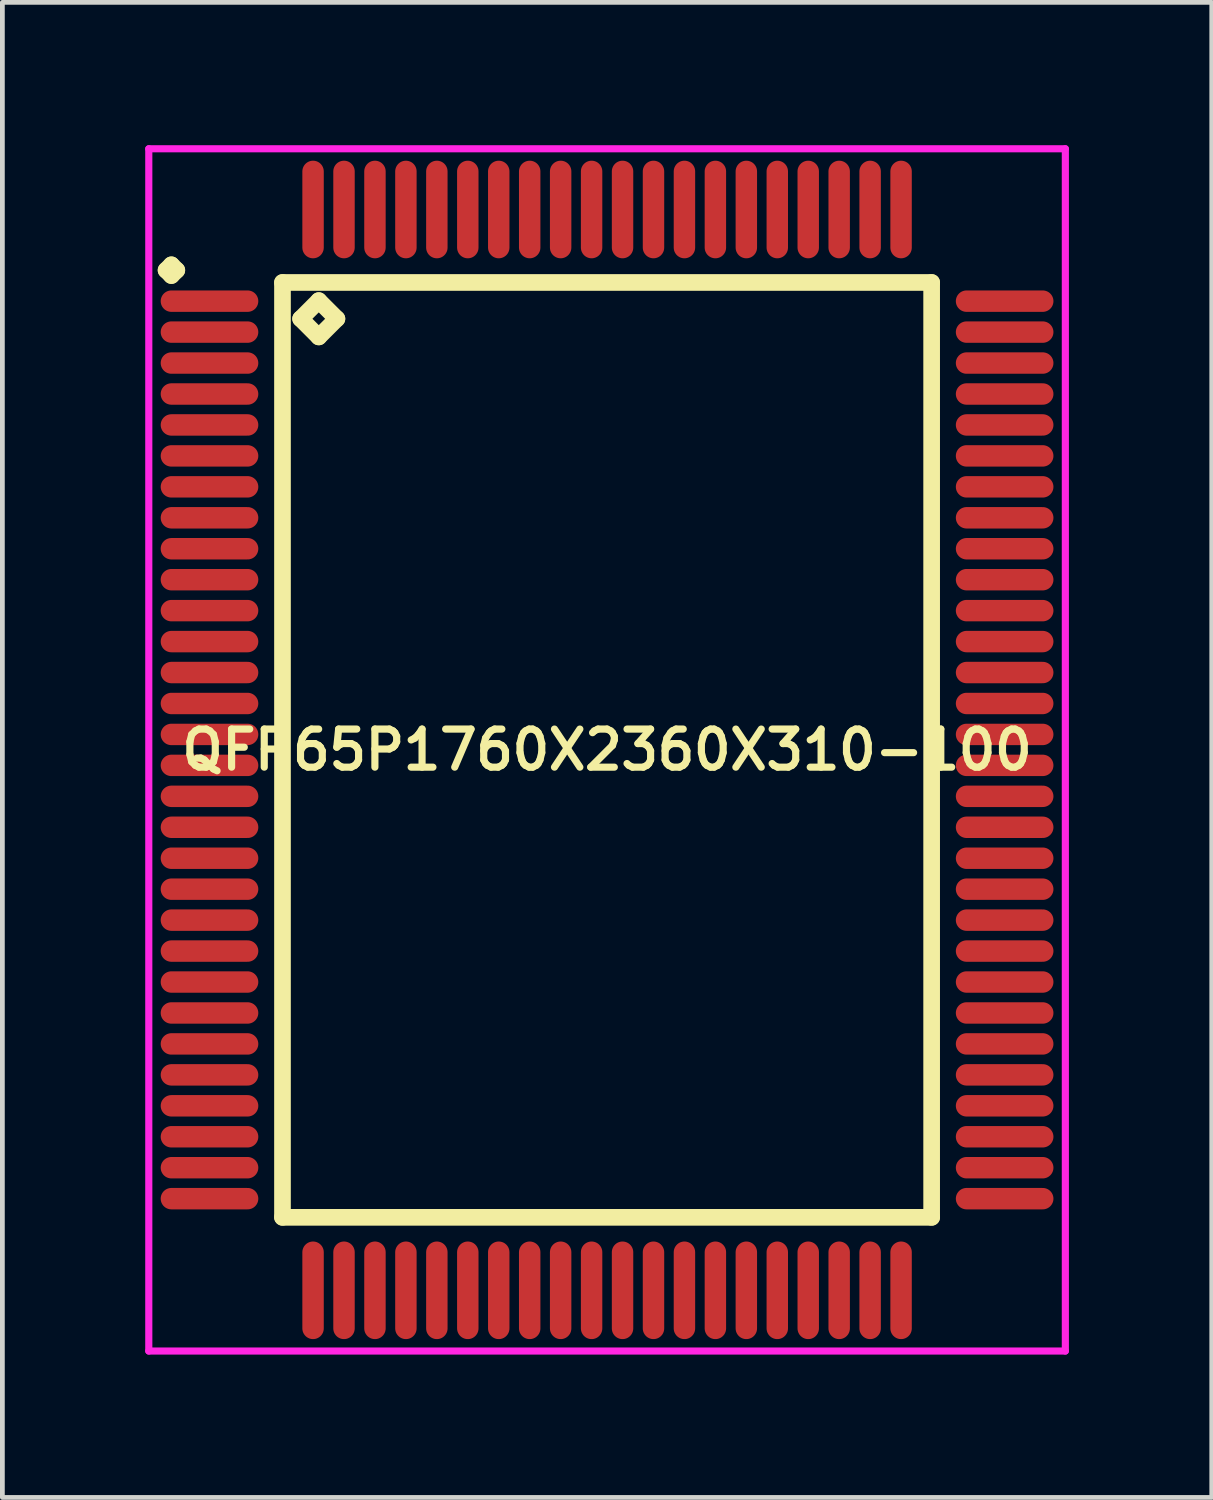
<source format=kicad_pcb>
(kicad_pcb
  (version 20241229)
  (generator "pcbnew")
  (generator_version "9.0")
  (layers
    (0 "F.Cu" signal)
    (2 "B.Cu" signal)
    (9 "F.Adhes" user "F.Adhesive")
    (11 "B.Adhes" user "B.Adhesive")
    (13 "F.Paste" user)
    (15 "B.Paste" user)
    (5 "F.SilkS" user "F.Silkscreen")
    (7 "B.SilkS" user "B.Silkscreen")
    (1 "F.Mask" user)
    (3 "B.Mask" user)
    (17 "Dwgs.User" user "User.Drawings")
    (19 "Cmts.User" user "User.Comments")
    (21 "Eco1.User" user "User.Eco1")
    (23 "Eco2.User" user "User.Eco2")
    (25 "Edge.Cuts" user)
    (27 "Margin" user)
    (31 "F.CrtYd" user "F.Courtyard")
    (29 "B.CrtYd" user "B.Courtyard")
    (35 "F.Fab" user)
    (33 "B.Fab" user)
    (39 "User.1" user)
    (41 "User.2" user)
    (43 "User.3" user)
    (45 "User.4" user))
  (footprint "QFP65P1760X2360X310-100"
    (layer "F.Cu")
    (at 9.7 12.7)
    (property "Reference" "QFP65P1760X2360X310-100" (at 0 0 0) (layer "F.SilkS") (effects (font (size 0.8 0.8) (thickness 0.15))))
    (attr through_hole)
    (fp_line (start -9.262 -10.075) (end -9.15 -10.188) (stroke (width 0.35) (type solid)) (layer "F.SilkS"))
    (fp_line (start -9.15 -10.188) (end -9.037 -10.075) (stroke (width 0.35) (type solid)) (layer "F.SilkS"))
    (fp_line (start -9.15 -9.963) (end -9.262 -10.075) (stroke (width 0.35) (type solid)) (layer "F.SilkS"))
    (fp_line (start -9.037 -10.075) (end -9.15 -9.963) (stroke (width 0.35) (type solid)) (layer "F.SilkS"))
    (fp_line (start -6.817 -9.817) (end -6.817 9.817) (stroke (width 0.35) (type solid)) (layer "F.SilkS"))
    (fp_line (start -6.817 9.817) (end 6.817 9.817) (stroke (width 0.35) (type solid)) (layer "F.SilkS"))
    (fp_line (start -6.436 -9.055) (end -6.055 -9.436) (stroke (width 0.35) (type solid)) (layer "F.SilkS"))
    (fp_line (start -6.055 -9.436) (end -5.674 -9.055) (stroke (width 0.35) (type solid)) (layer "F.SilkS"))
    (fp_line (start -6.055 -8.674) (end -6.436 -9.055) (stroke (width 0.35) (type solid)) (layer "F.SilkS"))
    (fp_line (start -5.674 -9.055) (end -6.055 -8.674) (stroke (width 0.35) (type solid)) (layer "F.SilkS"))
    (fp_line (start 6.817 -9.817) (end -6.817 -9.817) (stroke (width 0.35) (type solid)) (layer "F.SilkS"))
    (fp_line (start 6.817 9.817) (end 6.817 -9.817) (stroke (width 0.35) (type solid)) (layer "F.SilkS"))
    (fp_line (start -9.625 -12.625) (end 9.625 -12.625) (stroke (width 0.15) (type solid)) (layer "F.CrtYd"))
    (fp_line (start -9.625 12.625) (end -9.625 -12.625) (stroke (width 0.15) (type solid)) (layer "F.CrtYd"))
    (fp_line (start 9.625 -12.625) (end 9.625 12.625) (stroke (width 0.15) (type solid)) (layer "F.CrtYd"))
    (fp_line (start 9.625 12.625) (end -9.625 12.625) (stroke (width 0.15) (type solid)) (layer "F.CrtYd"))
    (pad "1" smd oval (at -8.35 -9.425) (size 2.05 0.45) (layers "F.Cu" "F.Mask" "F.Paste"))
    (pad "2" smd oval (at -8.35 -8.775) (size 2.05 0.45) (layers "F.Cu" "F.Mask" "F.Paste"))
    (pad "3" smd oval (at -8.35 -8.125) (size 2.05 0.45) (layers "F.Cu" "F.Mask" "F.Paste"))
    (pad "4" smd oval (at -8.35 -7.475) (size 2.05 0.45) (layers "F.Cu" "F.Mask" "F.Paste"))
    (pad "5" smd oval (at -8.35 -6.825) (size 2.05 0.45) (layers "F.Cu" "F.Mask" "F.Paste"))
    (pad "6" smd oval (at -8.35 -6.175) (size 2.05 0.45) (layers "F.Cu" "F.Mask" "F.Paste"))
    (pad "7" smd oval (at -8.35 -5.525) (size 2.05 0.45) (layers "F.Cu" "F.Mask" "F.Paste"))
    (pad "8" smd oval (at -8.35 -4.875) (size 2.05 0.45) (layers "F.Cu" "F.Mask" "F.Paste"))
    (pad "9" smd oval (at -8.35 -4.225) (size 2.05 0.45) (layers "F.Cu" "F.Mask" "F.Paste"))
    (pad "10" smd oval (at -8.35 -3.575) (size 2.05 0.45) (layers "F.Cu" "F.Mask" "F.Paste"))
    (pad "11" smd oval (at -8.35 -2.925) (size 2.05 0.45) (layers "F.Cu" "F.Mask" "F.Paste"))
    (pad "12" smd oval (at -8.35 -2.275) (size 2.05 0.45) (layers "F.Cu" "F.Mask" "F.Paste"))
    (pad "13" smd oval (at -8.35 -1.625) (size 2.05 0.45) (layers "F.Cu" "F.Mask" "F.Paste"))
    (pad "14" smd oval (at -8.35 -0.975) (size 2.05 0.45) (layers "F.Cu" "F.Mask" "F.Paste"))
    (pad "15" smd oval (at -8.35 -0.325) (size 2.05 0.45) (layers "F.Cu" "F.Mask" "F.Paste"))
    (pad "16" smd oval (at -8.35 0.325) (size 2.05 0.45) (layers "F.Cu" "F.Mask" "F.Paste"))
    (pad "17" smd oval (at -8.35 0.975) (size 2.05 0.45) (layers "F.Cu" "F.Mask" "F.Paste"))
    (pad "18" smd oval (at -8.35 1.625) (size 2.05 0.45) (layers "F.Cu" "F.Mask" "F.Paste"))
    (pad "19" smd oval (at -8.35 2.275) (size 2.05 0.45) (layers "F.Cu" "F.Mask" "F.Paste"))
    (pad "20" smd oval (at -8.35 2.925) (size 2.05 0.45) (layers "F.Cu" "F.Mask" "F.Paste"))
    (pad "21" smd oval (at -8.35 3.575) (size 2.05 0.45) (layers "F.Cu" "F.Mask" "F.Paste"))
    (pad "22" smd oval (at -8.35 4.225) (size 2.05 0.45) (layers "F.Cu" "F.Mask" "F.Paste"))
    (pad "23" smd oval (at -8.35 4.875) (size 2.05 0.45) (layers "F.Cu" "F.Mask" "F.Paste"))
    (pad "24" smd oval (at -8.35 5.525) (size 2.05 0.45) (layers "F.Cu" "F.Mask" "F.Paste"))
    (pad "25" smd oval (at -8.35 6.175) (size 2.05 0.45) (layers "F.Cu" "F.Mask" "F.Paste"))
    (pad "26" smd oval (at -8.35 6.825) (size 2.05 0.45) (layers "F.Cu" "F.Mask" "F.Paste"))
    (pad "27" smd oval (at -8.35 7.475) (size 2.05 0.45) (layers "F.Cu" "F.Mask" "F.Paste"))
    (pad "28" smd oval (at -8.35 8.125) (size 2.05 0.45) (layers "F.Cu" "F.Mask" "F.Paste"))
    (pad "29" smd oval (at -8.35 8.775) (size 2.05 0.45) (layers "F.Cu" "F.Mask" "F.Paste"))
    (pad "30" smd oval (at -8.35 9.425) (size 2.05 0.45) (layers "F.Cu" "F.Mask" "F.Paste"))
    (pad "31" smd oval (at -6.175 11.35) (size 0.45 2.05) (layers "F.Cu" "F.Mask" "F.Paste"))
    (pad "32" smd oval (at -5.525 11.35) (size 0.45 2.05) (layers "F.Cu" "F.Mask" "F.Paste"))
    (pad "33" smd oval (at -4.875 11.35) (size 0.45 2.05) (layers "F.Cu" "F.Mask" "F.Paste"))
    (pad "34" smd oval (at -4.225 11.35) (size 0.45 2.05) (layers "F.Cu" "F.Mask" "F.Paste"))
    (pad "35" smd oval (at -3.575 11.35) (size 0.45 2.05) (layers "F.Cu" "F.Mask" "F.Paste"))
    (pad "36" smd oval (at -2.925 11.35) (size 0.45 2.05) (layers "F.Cu" "F.Mask" "F.Paste"))
    (pad "37" smd oval (at -2.275 11.35) (size 0.45 2.05) (layers "F.Cu" "F.Mask" "F.Paste"))
    (pad "38" smd oval (at -1.625 11.35) (size 0.45 2.05) (layers "F.Cu" "F.Mask" "F.Paste"))
    (pad "39" smd oval (at -0.975 11.35) (size 0.45 2.05) (layers "F.Cu" "F.Mask" "F.Paste"))
    (pad "40" smd oval (at -0.325 11.35) (size 0.45 2.05) (layers "F.Cu" "F.Mask" "F.Paste"))
    (pad "41" smd oval (at 0.325 11.35) (size 0.45 2.05) (layers "F.Cu" "F.Mask" "F.Paste"))
    (pad "42" smd oval (at 0.975 11.35) (size 0.45 2.05) (layers "F.Cu" "F.Mask" "F.Paste"))
    (pad "43" smd oval (at 1.625 11.35) (size 0.45 2.05) (layers "F.Cu" "F.Mask" "F.Paste"))
    (pad "44" smd oval (at 2.275 11.35) (size 0.45 2.05) (layers "F.Cu" "F.Mask" "F.Paste"))
    (pad "45" smd oval (at 2.925 11.35) (size 0.45 2.05) (layers "F.Cu" "F.Mask" "F.Paste"))
    (pad "46" smd oval (at 3.575 11.35) (size 0.45 2.05) (layers "F.Cu" "F.Mask" "F.Paste"))
    (pad "47" smd oval (at 4.225 11.35) (size 0.45 2.05) (layers "F.Cu" "F.Mask" "F.Paste"))
    (pad "48" smd oval (at 4.875 11.35) (size 0.45 2.05) (layers "F.Cu" "F.Mask" "F.Paste"))
    (pad "49" smd oval (at 5.525 11.35) (size 0.45 2.05) (layers "F.Cu" "F.Mask" "F.Paste"))
    (pad "50" smd oval (at 6.175 11.35) (size 0.45 2.05) (layers "F.Cu" "F.Mask" "F.Paste"))
    (pad "51" smd oval (at 8.35 9.425) (size 2.05 0.45) (layers "F.Cu" "F.Mask" "F.Paste"))
    (pad "52" smd oval (at 8.35 8.775) (size 2.05 0.45) (layers "F.Cu" "F.Mask" "F.Paste"))
    (pad "53" smd oval (at 8.35 8.125) (size 2.05 0.45) (layers "F.Cu" "F.Mask" "F.Paste"))
    (pad "54" smd oval (at 8.35 7.475) (size 2.05 0.45) (layers "F.Cu" "F.Mask" "F.Paste"))
    (pad "55" smd oval (at 8.35 6.825) (size 2.05 0.45) (layers "F.Cu" "F.Mask" "F.Paste"))
    (pad "56" smd oval (at 8.35 6.175) (size 2.05 0.45) (layers "F.Cu" "F.Mask" "F.Paste"))
    (pad "57" smd oval (at 8.35 5.525) (size 2.05 0.45) (layers "F.Cu" "F.Mask" "F.Paste"))
    (pad "58" smd oval (at 8.35 4.875) (size 2.05 0.45) (layers "F.Cu" "F.Mask" "F.Paste"))
    (pad "59" smd oval (at 8.35 4.225) (size 2.05 0.45) (layers "F.Cu" "F.Mask" "F.Paste"))
    (pad "60" smd oval (at 8.35 3.575) (size 2.05 0.45) (layers "F.Cu" "F.Mask" "F.Paste"))
    (pad "61" smd oval (at 8.35 2.925) (size 2.05 0.45) (layers "F.Cu" "F.Mask" "F.Paste"))
    (pad "62" smd oval (at 8.35 2.275) (size 2.05 0.45) (layers "F.Cu" "F.Mask" "F.Paste"))
    (pad "63" smd oval (at 8.35 1.625) (size 2.05 0.45) (layers "F.Cu" "F.Mask" "F.Paste"))
    (pad "64" smd oval (at 8.35 0.975) (size 2.05 0.45) (layers "F.Cu" "F.Mask" "F.Paste"))
    (pad "65" smd oval (at 8.35 0.325) (size 2.05 0.45) (layers "F.Cu" "F.Mask" "F.Paste"))
    (pad "66" smd oval (at 8.35 -0.325) (size 2.05 0.45) (layers "F.Cu" "F.Mask" "F.Paste"))
    (pad "67" smd oval (at 8.35 -0.975) (size 2.05 0.45) (layers "F.Cu" "F.Mask" "F.Paste"))
    (pad "68" smd oval (at 8.35 -1.625) (size 2.05 0.45) (layers "F.Cu" "F.Mask" "F.Paste"))
    (pad "69" smd oval (at 8.35 -2.275) (size 2.05 0.45) (layers "F.Cu" "F.Mask" "F.Paste"))
    (pad "70" smd oval (at 8.35 -2.925) (size 2.05 0.45) (layers "F.Cu" "F.Mask" "F.Paste"))
    (pad "71" smd oval (at 8.35 -3.575) (size 2.05 0.45) (layers "F.Cu" "F.Mask" "F.Paste"))
    (pad "72" smd oval (at 8.35 -4.225) (size 2.05 0.45) (layers "F.Cu" "F.Mask" "F.Paste"))
    (pad "73" smd oval (at 8.35 -4.875) (size 2.05 0.45) (layers "F.Cu" "F.Mask" "F.Paste"))
    (pad "74" smd oval (at 8.35 -5.525) (size 2.05 0.45) (layers "F.Cu" "F.Mask" "F.Paste"))
    (pad "75" smd oval (at 8.35 -6.175) (size 2.05 0.45) (layers "F.Cu" "F.Mask" "F.Paste"))
    (pad "76" smd oval (at 8.35 -6.825) (size 2.05 0.45) (layers "F.Cu" "F.Mask" "F.Paste"))
    (pad "77" smd oval (at 8.35 -7.475) (size 2.05 0.45) (layers "F.Cu" "F.Mask" "F.Paste"))
    (pad "78" smd oval (at 8.35 -8.125) (size 2.05 0.45) (layers "F.Cu" "F.Mask" "F.Paste"))
    (pad "79" smd oval (at 8.35 -8.775) (size 2.05 0.45) (layers "F.Cu" "F.Mask" "F.Paste"))
    (pad "80" smd oval (at 8.35 -9.425) (size 2.05 0.45) (layers "F.Cu" "F.Mask" "F.Paste"))
    (pad "81" smd oval (at 6.175 -11.35) (size 0.45 2.05) (layers "F.Cu" "F.Mask" "F.Paste"))
    (pad "82" smd oval (at 5.525 -11.35) (size 0.45 2.05) (layers "F.Cu" "F.Mask" "F.Paste"))
    (pad "83" smd oval (at 4.875 -11.35) (size 0.45 2.05) (layers "F.Cu" "F.Mask" "F.Paste"))
    (pad "84" smd oval (at 4.225 -11.35) (size 0.45 2.05) (layers "F.Cu" "F.Mask" "F.Paste"))
    (pad "85" smd oval (at 3.575 -11.35) (size 0.45 2.05) (layers "F.Cu" "F.Mask" "F.Paste"))
    (pad "86" smd oval (at 2.925 -11.35) (size 0.45 2.05) (layers "F.Cu" "F.Mask" "F.Paste"))
    (pad "87" smd oval (at 2.275 -11.35) (size 0.45 2.05) (layers "F.Cu" "F.Mask" "F.Paste"))
    (pad "88" smd oval (at 1.625 -11.35) (size 0.45 2.05) (layers "F.Cu" "F.Mask" "F.Paste"))
    (pad "89" smd oval (at 0.975 -11.35) (size 0.45 2.05) (layers "F.Cu" "F.Mask" "F.Paste"))
    (pad "90" smd oval (at 0.325 -11.35) (size 0.45 2.05) (layers "F.Cu" "F.Mask" "F.Paste"))
    (pad "91" smd oval (at -0.325 -11.35) (size 0.45 2.05) (layers "F.Cu" "F.Mask" "F.Paste"))
    (pad "92" smd oval (at -0.975 -11.35) (size 0.45 2.05) (layers "F.Cu" "F.Mask" "F.Paste"))
    (pad "93" smd oval (at -1.625 -11.35) (size 0.45 2.05) (layers "F.Cu" "F.Mask" "F.Paste"))
    (pad "94" smd oval (at -2.275 -11.35) (size 0.45 2.05) (layers "F.Cu" "F.Mask" "F.Paste"))
    (pad "95" smd oval (at -2.925 -11.35) (size 0.45 2.05) (layers "F.Cu" "F.Mask" "F.Paste"))
    (pad "96" smd oval (at -3.575 -11.35) (size 0.45 2.05) (layers "F.Cu" "F.Mask" "F.Paste"))
    (pad "97" smd oval (at -4.225 -11.35) (size 0.45 2.05) (layers "F.Cu" "F.Mask" "F.Paste"))
    (pad "98" smd oval (at -4.875 -11.35) (size 0.45 2.05) (layers "F.Cu" "F.Mask" "F.Paste"))
    (pad "99" smd oval (at -5.525 -11.35) (size 0.45 2.05) (layers "F.Cu" "F.Mask" "F.Paste"))
    (pad "100" smd oval (at -6.175 -11.35) (size 0.45 2.05) (layers "F.Cu" "F.Mask" "F.Paste")))
  (gr_rect
    (start -3 -3)
    (end 22.4 28.4)
    (stroke (width 0.1) (type default))
    (fill no)
    (layer "Edge.Cuts")))
</source>
